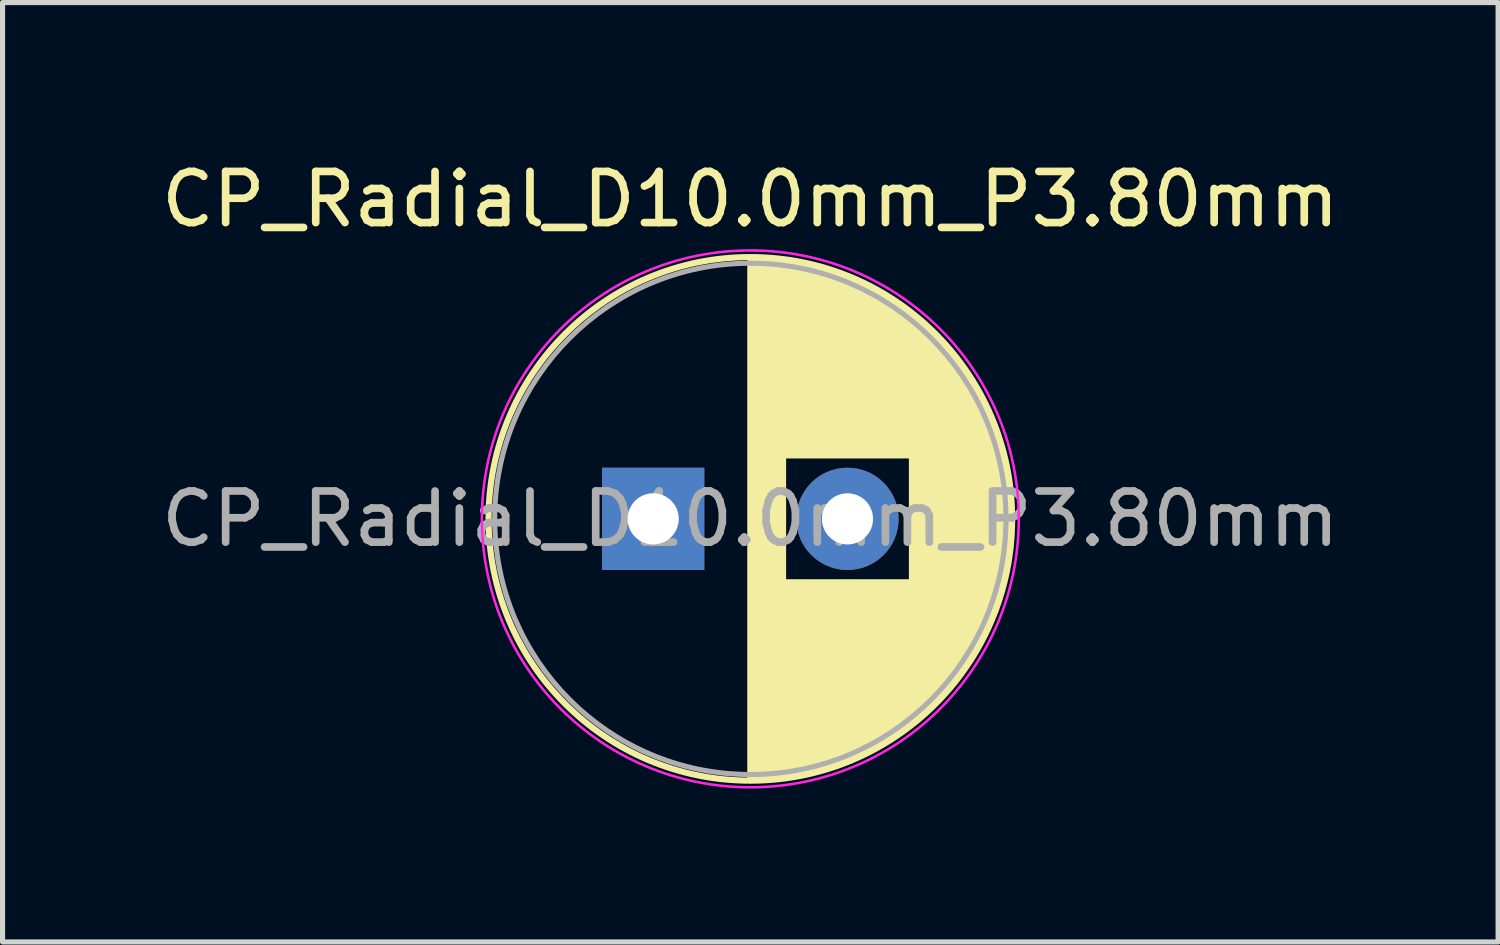
<source format=kicad_pcb>
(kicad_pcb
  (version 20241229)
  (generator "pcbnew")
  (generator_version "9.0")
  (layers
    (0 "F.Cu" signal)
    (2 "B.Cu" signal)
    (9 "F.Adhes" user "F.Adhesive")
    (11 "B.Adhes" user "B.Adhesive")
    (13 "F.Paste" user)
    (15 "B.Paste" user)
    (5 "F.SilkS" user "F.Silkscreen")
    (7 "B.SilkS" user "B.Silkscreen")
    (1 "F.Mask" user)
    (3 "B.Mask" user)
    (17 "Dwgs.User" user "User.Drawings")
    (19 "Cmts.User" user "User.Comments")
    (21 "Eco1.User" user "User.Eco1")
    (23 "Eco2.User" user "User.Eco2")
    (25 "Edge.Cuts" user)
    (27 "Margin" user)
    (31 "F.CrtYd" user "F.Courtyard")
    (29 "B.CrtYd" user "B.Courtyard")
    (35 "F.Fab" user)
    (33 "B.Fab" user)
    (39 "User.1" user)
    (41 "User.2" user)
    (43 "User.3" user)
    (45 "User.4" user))
  (footprint "CP_Radial_D10.0mm_P3.80mm"
    (layer "F.Cu")
    (at 9.725 7.098)
    (property "Reference" "CP_Radial_D10.0mm_P3.80mm" (at 1.9 -6.25 0) (layer "F.SilkS") (effects (font (size 1 1) (thickness 0.15))))
    (attr through_hole)
    (fp_line (start 1.9 -5.08) (end 1.9 5.08) (stroke (width 0.12) (type solid)) (layer "F.SilkS"))
    (fp_line (start 1.94 -5.08) (end 1.94 5.08) (stroke (width 0.12) (type solid)) (layer "F.SilkS"))
    (fp_line (start 1.98 -5.08) (end 1.98 5.08) (stroke (width 0.12) (type solid)) (layer "F.SilkS"))
    (fp_line (start 2.02 -5.079) (end 2.02 5.079) (stroke (width 0.12) (type solid)) (layer "F.SilkS"))
    (fp_line (start 2.06 -5.078) (end 2.06 5.078) (stroke (width 0.12) (type solid)) (layer "F.SilkS"))
    (fp_line (start 2.1 -5.077) (end 2.1 5.077) (stroke (width 0.12) (type solid)) (layer "F.SilkS"))
    (fp_line (start 2.14 -5.075) (end 2.14 5.075) (stroke (width 0.12) (type solid)) (layer "F.SilkS"))
    (fp_line (start 2.18 -5.073) (end 2.18 5.073) (stroke (width 0.12) (type solid)) (layer "F.SilkS"))
    (fp_line (start 2.22 -5.07) (end 2.22 5.07) (stroke (width 0.12) (type solid)) (layer "F.SilkS"))
    (fp_line (start 2.26 -5.068) (end 2.26 5.068) (stroke (width 0.12) (type solid)) (layer "F.SilkS"))
    (fp_line (start 2.3 -5.065) (end 2.3 5.065) (stroke (width 0.12) (type solid)) (layer "F.SilkS"))
    (fp_line (start 2.34 -5.062) (end 2.34 5.062) (stroke (width 0.12) (type solid)) (layer "F.SilkS"))
    (fp_line (start 2.38 -5.058) (end 2.38 5.058) (stroke (width 0.12) (type solid)) (layer "F.SilkS"))
    (fp_line (start 2.42 -5.054) (end 2.42 5.054) (stroke (width 0.12) (type solid)) (layer "F.SilkS"))
    (fp_line (start 2.46 -5.05) (end 2.46 5.05) (stroke (width 0.12) (type solid)) (layer "F.SilkS"))
    (fp_line (start 2.5 -5.045) (end 2.5 5.045) (stroke (width 0.12) (type solid)) (layer "F.SilkS"))
    (fp_line (start 2.54 -5.04) (end 2.54 5.04) (stroke (width 0.12) (type solid)) (layer "F.SilkS"))
    (fp_line (start 2.58 -5.035) (end 2.58 -1.241) (stroke (width 0.12) (type solid)) (layer "F.SilkS"))
    (fp_line (start 2.58 1.241) (end 2.58 5.035) (stroke (width 0.12) (type solid)) (layer "F.SilkS"))
    (fp_line (start 2.621 -5.03) (end 2.621 -1.241) (stroke (width 0.12) (type solid)) (layer "F.SilkS"))
    (fp_line (start 2.621 1.241) (end 2.621 5.03) (stroke (width 0.12) (type solid)) (layer "F.SilkS"))
    (fp_line (start 2.661 -5.024) (end 2.661 -1.241) (stroke (width 0.12) (type solid)) (layer "F.SilkS"))
    (fp_line (start 2.661 1.241) (end 2.661 5.024) (stroke (width 0.12) (type solid)) (layer "F.SilkS"))
    (fp_line (start 2.701 -5.018) (end 2.701 -1.241) (stroke (width 0.12) (type solid)) (layer "F.SilkS"))
    (fp_line (start 2.701 1.241) (end 2.701 5.018) (stroke (width 0.12) (type solid)) (layer "F.SilkS"))
    (fp_line (start 2.741 -5.011) (end 2.741 -1.241) (stroke (width 0.12) (type solid)) (layer "F.SilkS"))
    (fp_line (start 2.741 1.241) (end 2.741 5.011) (stroke (width 0.12) (type solid)) (layer "F.SilkS"))
    (fp_line (start 2.781 -5.004) (end 2.781 -1.241) (stroke (width 0.12) (type solid)) (layer "F.SilkS"))
    (fp_line (start 2.781 1.241) (end 2.781 5.004) (stroke (width 0.12) (type solid)) (layer "F.SilkS"))
    (fp_line (start 2.821 -4.997) (end 2.821 -1.241) (stroke (width 0.12) (type solid)) (layer "F.SilkS"))
    (fp_line (start 2.821 1.241) (end 2.821 4.997) (stroke (width 0.12) (type solid)) (layer "F.SilkS"))
    (fp_line (start 2.861 -4.99) (end 2.861 -1.241) (stroke (width 0.12) (type solid)) (layer "F.SilkS"))
    (fp_line (start 2.861 1.241) (end 2.861 4.99) (stroke (width 0.12) (type solid)) (layer "F.SilkS"))
    (fp_line (start 2.901 -4.982) (end 2.901 -1.241) (stroke (width 0.12) (type solid)) (layer "F.SilkS"))
    (fp_line (start 2.901 1.241) (end 2.901 4.982) (stroke (width 0.12) (type solid)) (layer "F.SilkS"))
    (fp_line (start 2.941 -4.974) (end 2.941 -1.241) (stroke (width 0.12) (type solid)) (layer "F.SilkS"))
    (fp_line (start 2.941 1.241) (end 2.941 4.974) (stroke (width 0.12) (type solid)) (layer "F.SilkS"))
    (fp_line (start 2.981 -4.965) (end 2.981 -1.241) (stroke (width 0.12) (type solid)) (layer "F.SilkS"))
    (fp_line (start 2.981 1.241) (end 2.981 4.965) (stroke (width 0.12) (type solid)) (layer "F.SilkS"))
    (fp_line (start 3.021 -4.956) (end 3.021 -1.241) (stroke (width 0.12) (type solid)) (layer "F.SilkS"))
    (fp_line (start 3.021 1.241) (end 3.021 4.956) (stroke (width 0.12) (type solid)) (layer "F.SilkS"))
    (fp_line (start 3.061 -4.947) (end 3.061 -1.241) (stroke (width 0.12) (type solid)) (layer "F.SilkS"))
    (fp_line (start 3.061 1.241) (end 3.061 4.947) (stroke (width 0.12) (type solid)) (layer "F.SilkS"))
    (fp_line (start 3.101 -4.938) (end 3.101 -1.241) (stroke (width 0.12) (type solid)) (layer "F.SilkS"))
    (fp_line (start 3.101 1.241) (end 3.101 4.938) (stroke (width 0.12) (type solid)) (layer "F.SilkS"))
    (fp_line (start 3.141 -4.928) (end 3.141 -1.241) (stroke (width 0.12) (type solid)) (layer "F.SilkS"))
    (fp_line (start 3.141 1.241) (end 3.141 4.928) (stroke (width 0.12) (type solid)) (layer "F.SilkS"))
    (fp_line (start 3.181 -4.918) (end 3.181 -1.241) (stroke (width 0.12) (type solid)) (layer "F.SilkS"))
    (fp_line (start 3.181 1.241) (end 3.181 4.918) (stroke (width 0.12) (type solid)) (layer "F.SilkS"))
    (fp_line (start 3.221 -4.907) (end 3.221 -1.241) (stroke (width 0.12) (type solid)) (layer "F.SilkS"))
    (fp_line (start 3.221 1.241) (end 3.221 4.907) (stroke (width 0.12) (type solid)) (layer "F.SilkS"))
    (fp_line (start 3.261 -4.897) (end 3.261 -1.241) (stroke (width 0.12) (type solid)) (layer "F.SilkS"))
    (fp_line (start 3.261 1.241) (end 3.261 4.897) (stroke (width 0.12) (type solid)) (layer "F.SilkS"))
    (fp_line (start 3.301 -4.885) (end 3.301 -1.241) (stroke (width 0.12) (type solid)) (layer "F.SilkS"))
    (fp_line (start 3.301 1.241) (end 3.301 4.885) (stroke (width 0.12) (type solid)) (layer "F.SilkS"))
    (fp_line (start 3.341 -4.874) (end 3.341 -1.241) (stroke (width 0.12) (type solid)) (layer "F.SilkS"))
    (fp_line (start 3.341 1.241) (end 3.341 4.874) (stroke (width 0.12) (type solid)) (layer "F.SilkS"))
    (fp_line (start 3.381 -4.862) (end 3.381 -1.241) (stroke (width 0.12) (type solid)) (layer "F.SilkS"))
    (fp_line (start 3.381 1.241) (end 3.381 4.862) (stroke (width 0.12) (type solid)) (layer "F.SilkS"))
    (fp_line (start 3.421 -4.85) (end 3.421 -1.241) (stroke (width 0.12) (type solid)) (layer "F.SilkS"))
    (fp_line (start 3.421 1.241) (end 3.421 4.85) (stroke (width 0.12) (type solid)) (layer "F.SilkS"))
    (fp_line (start 3.461 -4.837) (end 3.461 -1.241) (stroke (width 0.12) (type solid)) (layer "F.SilkS"))
    (fp_line (start 3.461 1.241) (end 3.461 4.837) (stroke (width 0.12) (type solid)) (layer "F.SilkS"))
    (fp_line (start 3.501 -4.824) (end 3.501 -1.241) (stroke (width 0.12) (type solid)) (layer "F.SilkS"))
    (fp_line (start 3.501 1.241) (end 3.501 4.824) (stroke (width 0.12) (type solid)) (layer "F.SilkS"))
    (fp_line (start 3.541 -4.811) (end 3.541 -1.241) (stroke (width 0.12) (type solid)) (layer "F.SilkS"))
    (fp_line (start 3.541 1.241) (end 3.541 4.811) (stroke (width 0.12) (type solid)) (layer "F.SilkS"))
    (fp_line (start 3.581 -4.797) (end 3.581 -1.241) (stroke (width 0.12) (type solid)) (layer "F.SilkS"))
    (fp_line (start 3.581 1.241) (end 3.581 4.797) (stroke (width 0.12) (type solid)) (layer "F.SilkS"))
    (fp_line (start 3.621 -4.783) (end 3.621 -1.241) (stroke (width 0.12) (type solid)) (layer "F.SilkS"))
    (fp_line (start 3.621 1.241) (end 3.621 4.783) (stroke (width 0.12) (type solid)) (layer "F.SilkS"))
    (fp_line (start 3.661 -4.768) (end 3.661 -1.241) (stroke (width 0.12) (type solid)) (layer "F.SilkS"))
    (fp_line (start 3.661 1.241) (end 3.661 4.768) (stroke (width 0.12) (type solid)) (layer "F.SilkS"))
    (fp_line (start 3.701 -4.754) (end 3.701 -1.241) (stroke (width 0.12) (type solid)) (layer "F.SilkS"))
    (fp_line (start 3.701 1.241) (end 3.701 4.754) (stroke (width 0.12) (type solid)) (layer "F.SilkS"))
    (fp_line (start 3.741 -4.738) (end 3.741 -1.241) (stroke (width 0.12) (type solid)) (layer "F.SilkS"))
    (fp_line (start 3.741 1.241) (end 3.741 4.738) (stroke (width 0.12) (type solid)) (layer "F.SilkS"))
    (fp_line (start 3.781 -4.723) (end 3.781 -1.241) (stroke (width 0.12) (type solid)) (layer "F.SilkS"))
    (fp_line (start 3.781 1.241) (end 3.781 4.723) (stroke (width 0.12) (type solid)) (layer "F.SilkS"))
    (fp_line (start 3.821 -4.707) (end 3.821 -1.241) (stroke (width 0.12) (type solid)) (layer "F.SilkS"))
    (fp_line (start 3.821 1.241) (end 3.821 4.707) (stroke (width 0.12) (type solid)) (layer "F.SilkS"))
    (fp_line (start 3.861 -4.69) (end 3.861 -1.241) (stroke (width 0.12) (type solid)) (layer "F.SilkS"))
    (fp_line (start 3.861 1.241) (end 3.861 4.69) (stroke (width 0.12) (type solid)) (layer "F.SilkS"))
    (fp_line (start 3.901 -4.674) (end 3.901 -1.241) (stroke (width 0.12) (type solid)) (layer "F.SilkS"))
    (fp_line (start 3.901 1.241) (end 3.901 4.674) (stroke (width 0.12) (type solid)) (layer "F.SilkS"))
    (fp_line (start 3.941 -4.657) (end 3.941 -1.241) (stroke (width 0.12) (type solid)) (layer "F.SilkS"))
    (fp_line (start 3.941 1.241) (end 3.941 4.657) (stroke (width 0.12) (type solid)) (layer "F.SilkS"))
    (fp_line (start 3.981 -4.639) (end 3.981 -1.241) (stroke (width 0.12) (type solid)) (layer "F.SilkS"))
    (fp_line (start 3.981 1.241) (end 3.981 4.639) (stroke (width 0.12) (type solid)) (layer "F.SilkS"))
    (fp_line (start 4.021 -4.621) (end 4.021 -1.241) (stroke (width 0.12) (type solid)) (layer "F.SilkS"))
    (fp_line (start 4.021 1.241) (end 4.021 4.621) (stroke (width 0.12) (type solid)) (layer "F.SilkS"))
    (fp_line (start 4.061 -4.603) (end 4.061 -1.241) (stroke (width 0.12) (type solid)) (layer "F.SilkS"))
    (fp_line (start 4.061 1.241) (end 4.061 4.603) (stroke (width 0.12) (type solid)) (layer "F.SilkS"))
    (fp_line (start 4.101 -4.584) (end 4.101 -1.241) (stroke (width 0.12) (type solid)) (layer "F.SilkS"))
    (fp_line (start 4.101 1.241) (end 4.101 4.584) (stroke (width 0.12) (type solid)) (layer "F.SilkS"))
    (fp_line (start 4.141 -4.564) (end 4.141 -1.241) (stroke (width 0.12) (type solid)) (layer "F.SilkS"))
    (fp_line (start 4.141 1.241) (end 4.141 4.564) (stroke (width 0.12) (type solid)) (layer "F.SilkS"))
    (fp_line (start 4.181 -4.545) (end 4.181 -1.241) (stroke (width 0.12) (type solid)) (layer "F.SilkS"))
    (fp_line (start 4.181 1.241) (end 4.181 4.545) (stroke (width 0.12) (type solid)) (layer "F.SilkS"))
    (fp_line (start 4.221 -4.525) (end 4.221 -1.241) (stroke (width 0.12) (type solid)) (layer "F.SilkS"))
    (fp_line (start 4.221 1.241) (end 4.221 4.525) (stroke (width 0.12) (type solid)) (layer "F.SilkS"))
    (fp_line (start 4.261 -4.504) (end 4.261 -1.241) (stroke (width 0.12) (type solid)) (layer "F.SilkS"))
    (fp_line (start 4.261 1.241) (end 4.261 4.504) (stroke (width 0.12) (type solid)) (layer "F.SilkS"))
    (fp_line (start 4.301 -4.483) (end 4.301 -1.241) (stroke (width 0.12) (type solid)) (layer "F.SilkS"))
    (fp_line (start 4.301 1.241) (end 4.301 4.483) (stroke (width 0.12) (type solid)) (layer "F.SilkS"))
    (fp_line (start 4.341 -4.462) (end 4.341 -1.241) (stroke (width 0.12) (type solid)) (layer "F.SilkS"))
    (fp_line (start 4.341 1.241) (end 4.341 4.462) (stroke (width 0.12) (type solid)) (layer "F.SilkS"))
    (fp_line (start 4.381 -4.44) (end 4.381 -1.241) (stroke (width 0.12) (type solid)) (layer "F.SilkS"))
    (fp_line (start 4.381 1.241) (end 4.381 4.44) (stroke (width 0.12) (type solid)) (layer "F.SilkS"))
    (fp_line (start 4.421 -4.417) (end 4.421 -1.241) (stroke (width 0.12) (type solid)) (layer "F.SilkS"))
    (fp_line (start 4.421 1.241) (end 4.421 4.417) (stroke (width 0.12) (type solid)) (layer "F.SilkS"))
    (fp_line (start 4.461 -4.395) (end 4.461 -1.241) (stroke (width 0.12) (type solid)) (layer "F.SilkS"))
    (fp_line (start 4.461 1.241) (end 4.461 4.395) (stroke (width 0.12) (type solid)) (layer "F.SilkS"))
    (fp_line (start 4.501 -4.371) (end 4.501 -1.241) (stroke (width 0.12) (type solid)) (layer "F.SilkS"))
    (fp_line (start 4.501 1.241) (end 4.501 4.371) (stroke (width 0.12) (type solid)) (layer "F.SilkS"))
    (fp_line (start 4.541 -4.347) (end 4.541 -1.241) (stroke (width 0.12) (type solid)) (layer "F.SilkS"))
    (fp_line (start 4.541 1.241) (end 4.541 4.347) (stroke (width 0.12) (type solid)) (layer "F.SilkS"))
    (fp_line (start 4.581 -4.323) (end 4.581 -1.241) (stroke (width 0.12) (type solid)) (layer "F.SilkS"))
    (fp_line (start 4.581 1.241) (end 4.581 4.323) (stroke (width 0.12) (type solid)) (layer "F.SilkS"))
    (fp_line (start 4.621 -4.298) (end 4.621 -1.241) (stroke (width 0.12) (type solid)) (layer "F.SilkS"))
    (fp_line (start 4.621 1.241) (end 4.621 4.298) (stroke (width 0.12) (type solid)) (layer "F.SilkS"))
    (fp_line (start 4.661 -4.273) (end 4.661 -1.241) (stroke (width 0.12) (type solid)) (layer "F.SilkS"))
    (fp_line (start 4.661 1.241) (end 4.661 4.273) (stroke (width 0.12) (type solid)) (layer "F.SilkS"))
    (fp_line (start 4.701 -4.247) (end 4.701 -1.241) (stroke (width 0.12) (type solid)) (layer "F.SilkS"))
    (fp_line (start 4.701 1.241) (end 4.701 4.247) (stroke (width 0.12) (type solid)) (layer "F.SilkS"))
    (fp_line (start 4.741 -4.221) (end 4.741 -1.241) (stroke (width 0.12) (type solid)) (layer "F.SilkS"))
    (fp_line (start 4.741 1.241) (end 4.741 4.221) (stroke (width 0.12) (type solid)) (layer "F.SilkS"))
    (fp_line (start 4.781 -4.194) (end 4.781 -1.241) (stroke (width 0.12) (type solid)) (layer "F.SilkS"))
    (fp_line (start 4.781 1.241) (end 4.781 4.194) (stroke (width 0.12) (type solid)) (layer "F.SilkS"))
    (fp_line (start 4.821 -4.166) (end 4.821 -1.241) (stroke (width 0.12) (type solid)) (layer "F.SilkS"))
    (fp_line (start 4.821 1.241) (end 4.821 4.166) (stroke (width 0.12) (type solid)) (layer "F.SilkS"))
    (fp_line (start 4.861 -4.138) (end 4.861 -1.241) (stroke (width 0.12) (type solid)) (layer "F.SilkS"))
    (fp_line (start 4.861 1.241) (end 4.861 4.138) (stroke (width 0.12) (type solid)) (layer "F.SilkS"))
    (fp_line (start 4.901 -4.11) (end 4.901 -1.241) (stroke (width 0.12) (type solid)) (layer "F.SilkS"))
    (fp_line (start 4.901 1.241) (end 4.901 4.11) (stroke (width 0.12) (type solid)) (layer "F.SilkS"))
    (fp_line (start 4.941 -4.08) (end 4.941 -1.241) (stroke (width 0.12) (type solid)) (layer "F.SilkS"))
    (fp_line (start 4.941 1.241) (end 4.941 4.08) (stroke (width 0.12) (type solid)) (layer "F.SilkS"))
    (fp_line (start 4.981 -4.05) (end 4.981 -1.241) (stroke (width 0.12) (type solid)) (layer "F.SilkS"))
    (fp_line (start 4.981 1.241) (end 4.981 4.05) (stroke (width 0.12) (type solid)) (layer "F.SilkS"))
    (fp_line (start 5.021 -4.02) (end 5.021 -1.241) (stroke (width 0.12) (type solid)) (layer "F.SilkS"))
    (fp_line (start 5.021 1.241) (end 5.021 4.02) (stroke (width 0.12) (type solid)) (layer "F.SilkS"))
    (fp_line (start 5.061 -3.989) (end 5.061 3.989) (stroke (width 0.12) (type solid)) (layer "F.SilkS"))
    (fp_line (start 5.101 -3.957) (end 5.101 3.957) (stroke (width 0.12) (type solid)) (layer "F.SilkS"))
    (fp_line (start 5.141 -3.925) (end 5.141 3.925) (stroke (width 0.12) (type solid)) (layer "F.SilkS"))
    (fp_line (start 5.181 -3.892) (end 5.181 3.892) (stroke (width 0.12) (type solid)) (layer "F.SilkS"))
    (fp_line (start 5.221 -3.858) (end 5.221 3.858) (stroke (width 0.12) (type solid)) (layer "F.SilkS"))
    (fp_line (start 5.261 -3.824) (end 5.261 3.824) (stroke (width 0.12) (type solid)) (layer "F.SilkS"))
    (fp_line (start 5.301 -3.789) (end 5.301 3.789) (stroke (width 0.12) (type solid)) (layer "F.SilkS"))
    (fp_line (start 5.341 -3.753) (end 5.341 3.753) (stroke (width 0.12) (type solid)) (layer "F.SilkS"))
    (fp_line (start 5.381 -3.716) (end 5.381 3.716) (stroke (width 0.12) (type solid)) (layer "F.SilkS"))
    (fp_line (start 5.421 -3.679) (end 5.421 3.679) (stroke (width 0.12) (type solid)) (layer "F.SilkS"))
    (fp_line (start 5.461 -3.64) (end 5.461 3.64) (stroke (width 0.12) (type solid)) (layer "F.SilkS"))
    (fp_line (start 5.501 -3.601) (end 5.501 3.601) (stroke (width 0.12) (type solid)) (layer "F.SilkS"))
    (fp_line (start 5.541 -3.561) (end 5.541 3.561) (stroke (width 0.12) (type solid)) (layer "F.SilkS"))
    (fp_line (start 5.581 -3.52) (end 5.581 3.52) (stroke (width 0.12) (type solid)) (layer "F.SilkS"))
    (fp_line (start 5.621 -3.478) (end 5.621 3.478) (stroke (width 0.12) (type solid)) (layer "F.SilkS"))
    (fp_line (start 5.661 -3.436) (end 5.661 3.436) (stroke (width 0.12) (type solid)) (layer "F.SilkS"))
    (fp_line (start 5.701 -3.392) (end 5.701 3.392) (stroke (width 0.12) (type solid)) (layer "F.SilkS"))
    (fp_line (start 5.741 -3.347) (end 5.741 3.347) (stroke (width 0.12) (type solid)) (layer "F.SilkS"))
    (fp_line (start 5.781 -3.301) (end 5.781 3.301) (stroke (width 0.12) (type solid)) (layer "F.SilkS"))
    (fp_line (start 5.821 -3.254) (end 5.821 3.254) (stroke (width 0.12) (type solid)) (layer "F.SilkS"))
    (fp_line (start 5.861 -3.206) (end 5.861 3.206) (stroke (width 0.12) (type solid)) (layer "F.SilkS"))
    (fp_line (start 5.901 -3.156) (end 5.901 3.156) (stroke (width 0.12) (type solid)) (layer "F.SilkS"))
    (fp_line (start 5.941 -3.106) (end 5.941 3.106) (stroke (width 0.12) (type solid)) (layer "F.SilkS"))
    (fp_line (start 5.981 -3.054) (end 5.981 3.054) (stroke (width 0.12) (type solid)) (layer "F.SilkS"))
    (fp_line (start 6.021 -3) (end 6.021 3) (stroke (width 0.12) (type solid)) (layer "F.SilkS"))
    (fp_line (start 6.061 -2.945) (end 6.061 2.945) (stroke (width 0.12) (type solid)) (layer "F.SilkS"))
    (fp_line (start 6.101 -2.889) (end 6.101 2.889) (stroke (width 0.12) (type solid)) (layer "F.SilkS"))
    (fp_line (start 6.141 -2.83) (end 6.141 2.83) (stroke (width 0.12) (type solid)) (layer "F.SilkS"))
    (fp_line (start 6.181 -2.77) (end 6.181 2.77) (stroke (width 0.12) (type solid)) (layer "F.SilkS"))
    (fp_line (start 6.221 -2.709) (end 6.221 2.709) (stroke (width 0.12) (type solid)) (layer "F.SilkS"))
    (fp_line (start 6.261 -2.645) (end 6.261 2.645) (stroke (width 0.12) (type solid)) (layer "F.SilkS"))
    (fp_line (start 6.301 -2.579) (end 6.301 2.579) (stroke (width 0.12) (type solid)) (layer "F.SilkS"))
    (fp_line (start 6.341 -2.51) (end 6.341 2.51) (stroke (width 0.12) (type solid)) (layer "F.SilkS"))
    (fp_line (start 6.381 -2.439) (end 6.381 2.439) (stroke (width 0.12) (type solid)) (layer "F.SilkS"))
    (fp_line (start 6.421 -2.365) (end 6.421 2.365) (stroke (width 0.12) (type solid)) (layer "F.SilkS"))
    (fp_line (start 6.461 -2.289) (end 6.461 2.289) (stroke (width 0.12) (type solid)) (layer "F.SilkS"))
    (fp_line (start 6.501 -2.209) (end 6.501 2.209) (stroke (width 0.12) (type solid)) (layer "F.SilkS"))
    (fp_line (start 6.541 -2.125) (end 6.541 2.125) (stroke (width 0.12) (type solid)) (layer "F.SilkS"))
    (fp_line (start 6.581 -2.037) (end 6.581 2.037) (stroke (width 0.12) (type solid)) (layer "F.SilkS"))
    (fp_line (start 6.621 -1.944) (end 6.621 1.944) (stroke (width 0.12) (type solid)) (layer "F.SilkS"))
    (fp_line (start 6.661 -1.846) (end 6.661 1.846) (stroke (width 0.12) (type solid)) (layer "F.SilkS"))
    (fp_line (start 6.701 -1.742) (end 6.701 1.742) (stroke (width 0.12) (type solid)) (layer "F.SilkS"))
    (fp_line (start 6.741 -1.63) (end 6.741 1.63) (stroke (width 0.12) (type solid)) (layer "F.SilkS"))
    (fp_line (start 6.781 -1.51) (end 6.781 1.51) (stroke (width 0.12) (type solid)) (layer "F.SilkS"))
    (fp_line (start 6.821 -1.378) (end 6.821 1.378) (stroke (width 0.12) (type solid)) (layer "F.SilkS"))
    (fp_line (start 6.861 -1.23) (end 6.861 1.23) (stroke (width 0.12) (type solid)) (layer "F.SilkS"))
    (fp_line (start 6.901 -1.062) (end 6.901 1.062) (stroke (width 0.12) (type solid)) (layer "F.SilkS"))
    (fp_line (start 6.941 -0.862) (end 6.941 0.862) (stroke (width 0.12) (type solid)) (layer "F.SilkS"))
    (fp_line (start 6.981 -0.599) (end 6.981 0.599) (stroke (width 0.12) (type solid)) (layer "F.SilkS"))
    (fp_circle (center 1.9 0) (end 7.02 0) (stroke (width 0.12) (type solid)) (fill no) (layer "F.SilkS"))
    (fp_circle (center 1.9 0) (end 7.15 0) (stroke (width 0.05) (type solid)) (fill no) (layer "F.CrtYd"))
    (fp_circle (center 1.9 0) (end 6.9 0) (stroke (width 0.1) (type solid)) (fill no) (layer "F.Fab"))
    (fp_text user "${REFERENCE}" (at 1.9 0 0) (layer "F.Fab") (effects (font (size 1 1) (thickness 0.15))))
    (pad "1" thru_hole rect (at 0 0) (size 2 2) (drill 1) (layers "*.Cu" "*.Mask"))
    (pad "2" thru_hole circle (at 3.8 0) (size 2 2) (drill 1) (layers "*.Cu" "*.Mask")))
  (gr_rect
    (start -3 -3)
    (end 26.25 15.373)
    (stroke (width 0.1) (type default))
    (fill no)
    (layer "Edge.Cuts")))
</source>
